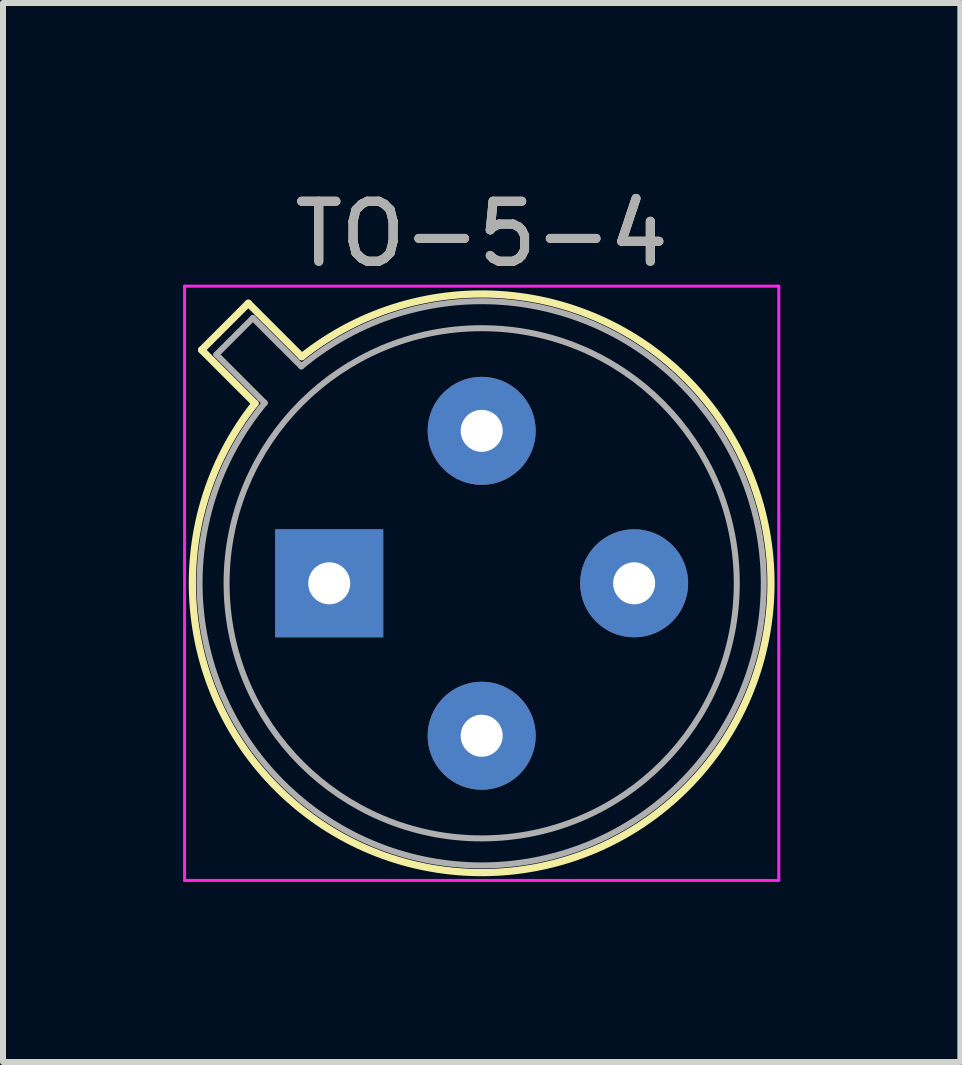
<source format=kicad_pcb>
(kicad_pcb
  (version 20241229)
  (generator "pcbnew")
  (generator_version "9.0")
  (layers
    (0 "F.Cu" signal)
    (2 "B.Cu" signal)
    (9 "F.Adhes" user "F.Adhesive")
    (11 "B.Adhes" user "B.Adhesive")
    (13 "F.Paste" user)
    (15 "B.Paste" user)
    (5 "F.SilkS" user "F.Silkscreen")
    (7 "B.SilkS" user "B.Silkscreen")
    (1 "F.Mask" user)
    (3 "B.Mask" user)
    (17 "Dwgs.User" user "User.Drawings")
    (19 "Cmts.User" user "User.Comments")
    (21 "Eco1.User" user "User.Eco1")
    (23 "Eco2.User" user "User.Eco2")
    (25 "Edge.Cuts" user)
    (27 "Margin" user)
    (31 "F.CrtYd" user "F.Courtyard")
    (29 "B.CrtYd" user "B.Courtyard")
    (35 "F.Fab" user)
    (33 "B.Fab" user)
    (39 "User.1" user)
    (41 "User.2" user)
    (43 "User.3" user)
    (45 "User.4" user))
  (footprint "TO-5-4"
    (layer "F.Cu")
    (at 2.435 6.668)
    (property "Reference" "TO-5-4" (at 2.54 -5.82 0) (layer "F.SilkS") (effects (font (size 1 1) (thickness 0.15))))
    (attr through_hole)
    (fp_line (start -2.126 -3.888) (end -1.235 -2.997) (stroke (width 0.12) (type solid)) (layer "F.SilkS"))
    (fp_line (start -1.348 -4.666) (end -2.126 -3.888) (stroke (width 0.12) (type solid)) (layer "F.SilkS"))
    (fp_line (start -0.457 -3.775) (end -1.348 -4.666) (stroke (width 0.12) (type solid)) (layer "F.SilkS"))
    (fp_arc (start -0.457084 -3.774902) (mid 5.948125 3.408384) (end -1.234674 -2.997371) (stroke (width 0.12) (type solid)) (layer "F.SilkS"))
    (fp_line (start -2.41 -4.95) (end -2.41 4.95) (stroke (width 0.05) (type solid)) (layer "F.CrtYd"))
    (fp_line (start -2.41 4.95) (end 7.49 4.95) (stroke (width 0.05) (type solid)) (layer "F.CrtYd"))
    (fp_line (start 7.49 -4.95) (end -2.41 -4.95) (stroke (width 0.05) (type solid)) (layer "F.CrtYd"))
    (fp_line (start 7.49 4.95) (end 7.49 -4.95) (stroke (width 0.05) (type solid)) (layer "F.CrtYd"))
    (fp_line (start -1.88 -3.812) (end -1.074 -3.005) (stroke (width 0.1) (type solid)) (layer "F.Fab"))
    (fp_line (start -1.272 -4.42) (end -1.88 -3.812) (stroke (width 0.1) (type solid)) (layer "F.Fab"))
    (fp_line (start -0.465 -3.614) (end -1.272 -4.42) (stroke (width 0.1) (type solid)) (layer "F.Fab"))
    (fp_arc (start -0.465408 -3.61352) (mid 5.863443 3.323361) (end -1.073594 -3.005319) (stroke (width 0.1) (type solid)) (layer "F.Fab"))
    (fp_circle (center 2.54 0) (end 6.79 0) (stroke (width 0.1) (type solid)) (fill no) (layer "F.Fab"))
    (fp_text user "${REFERENCE}" (at 2.54 -5.82 0) (layer "F.Fab") (effects (font (size 1 1) (thickness 0.15))))
    (pad "1" thru_hole rect (at 0 0) (size 1.8 1.8) (drill 0.7) (layers "*.Cu" "*.Mask"))
    (pad "2" thru_hole oval (at 2.54 2.54) (size 1.8 1.8) (drill 0.7) (layers "*.Cu" "*.Mask"))
    (pad "3" thru_hole oval (at 5.08 0) (size 1.8 1.8) (drill 0.7) (layers "*.Cu" "*.Mask"))
    (pad "4" thru_hole oval (at 2.54 -2.54) (size 1.8 1.8) (drill 0.7) (layers "*.Cu" "*.Mask")))
  (gr_rect
    (start -3 -3)
    (end 12.95 14.643)
    (stroke (width 0.1) (type default))
    (fill no)
    (layer "Edge.Cuts")))
</source>
